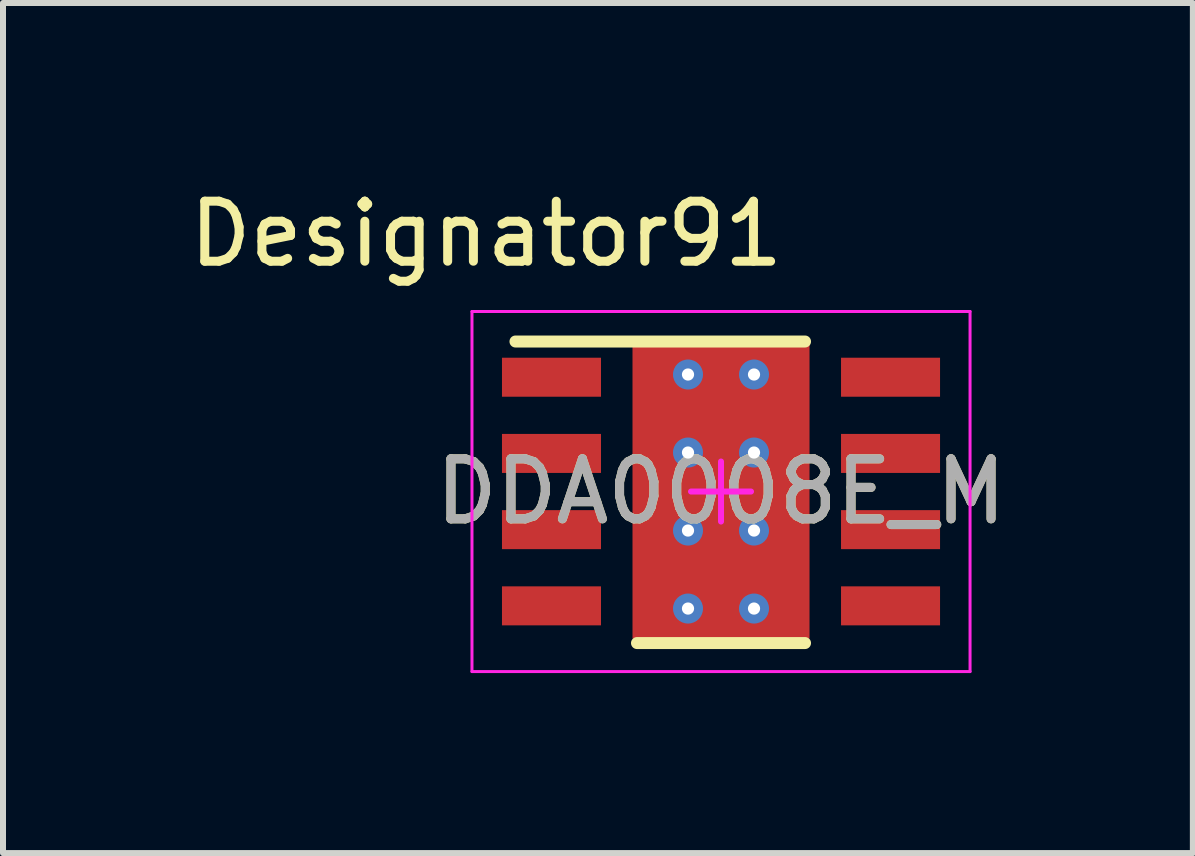
<source format=kicad_pcb>
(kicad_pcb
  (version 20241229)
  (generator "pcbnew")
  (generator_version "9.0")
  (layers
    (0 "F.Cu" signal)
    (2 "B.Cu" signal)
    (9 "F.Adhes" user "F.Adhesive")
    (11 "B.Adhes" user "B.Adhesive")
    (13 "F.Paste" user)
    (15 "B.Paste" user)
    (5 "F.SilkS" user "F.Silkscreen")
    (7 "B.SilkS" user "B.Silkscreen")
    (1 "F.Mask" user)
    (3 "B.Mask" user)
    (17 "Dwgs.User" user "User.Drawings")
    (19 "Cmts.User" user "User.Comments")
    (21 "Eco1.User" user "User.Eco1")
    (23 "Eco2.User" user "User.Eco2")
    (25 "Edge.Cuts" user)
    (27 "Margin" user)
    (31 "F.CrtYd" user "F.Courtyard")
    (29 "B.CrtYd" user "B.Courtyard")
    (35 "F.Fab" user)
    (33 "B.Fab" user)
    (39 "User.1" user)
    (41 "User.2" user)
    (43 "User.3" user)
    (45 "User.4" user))
  (footprint "DDA0008E_M"
    (layer "F.Cu")
    (at 8.965 5.141)
    (property "Reference" "DDA0008E_M" (at 0 0 0) (unlocked yes) (layer "F.SilkS") (effects (font (size 1 1) (thickness 0.15))))
    (attr smd)
    (fp_poly (pts (xy -1.2 1.502) (xy -1.2 -1.502) (xy -1.199 -1.511) (xy -1.196 -1.52) (xy -1.192 -1.529) (xy -1.186 -1.536) (xy -1.179 -1.542) (xy -1.17 -1.546) (xy -1.161 -1.549) (xy -1.152 -1.55) (xy 1.152 -1.55) (xy 1.161 -1.549) (xy 1.17 -1.546) (xy 1.179 -1.542) (xy 1.186 -1.536) (xy 1.192 -1.529) (xy 1.196 -1.52) (xy 1.199 -1.511) (xy 1.2 -1.502) (xy 1.2 1.502) (xy 1.199 1.511) (xy 1.196 1.52) (xy 1.192 1.529) (xy 1.186 1.536) (xy 1.179 1.542) (xy 1.17 1.546) (xy 1.161 1.549) (xy 1.152 1.55) (xy -1.152 1.55) (xy -1.161 1.549) (xy -1.17 1.546) (xy -1.179 1.542) (xy -1.186 1.536) (xy -1.192 1.529) (xy -1.196 1.52) (xy -1.199 1.511)) (stroke (width 0) (type solid)) (fill yes) (layer "F.Mask"))
    (fp_line (start -3.425 -2.5) (end 1.4 -2.5) (stroke (width 0.2) (type solid)) (layer "F.SilkS"))
    (fp_line (start -1.4 2.525) (end 1.4 2.525) (stroke (width 0.2) (type solid)) (layer "F.SilkS"))
    (fp_poly (pts (xy -1.2 1.502) (xy -1.2 -1.502) (xy -1.199 -1.511) (xy -1.196 -1.52) (xy -1.192 -1.529) (xy -1.186 -1.536) (xy -1.179 -1.542) (xy -1.17 -1.546) (xy -1.161 -1.549) (xy -1.152 -1.55) (xy 1.152 -1.55) (xy 1.161 -1.549) (xy 1.17 -1.546) (xy 1.179 -1.542) (xy 1.186 -1.536) (xy 1.192 -1.529) (xy 1.196 -1.52) (xy 1.199 -1.511) (xy 1.2 -1.502) (xy 1.2 1.502) (xy 1.199 1.511) (xy 1.196 1.52) (xy 1.192 1.529) (xy 1.186 1.536) (xy 1.179 1.542) (xy 1.17 1.546) (xy 1.161 1.549) (xy 1.152 1.55) (xy -1.152 1.55) (xy -1.161 1.549) (xy -1.17 1.546) (xy -1.179 1.542) (xy -1.186 1.536) (xy -1.192 1.529) (xy -1.196 1.52) (xy -1.199 1.511)) (stroke (width 0) (type solid)) (fill yes) (layer "F.Paste"))
    (fp_line (start -4.15 -3) (end 4.15 -3) (stroke (width 0.05) (type solid)) (layer "F.CrtYd"))
    (fp_line (start -4.15 3) (end -4.15 -3) (stroke (width 0.05) (type solid)) (layer "F.CrtYd"))
    (fp_line (start -4.15 3) (end 4.15 3) (stroke (width 0.05) (type solid)) (layer "F.CrtYd"))
    (fp_line (start -0.5 0) (end 0.5 0) (stroke (width 0.1) (type solid)) (layer "F.CrtYd"))
    (fp_line (start 0 0.5) (end 0 -0.5) (stroke (width 0.1) (type solid)) (layer "F.CrtYd"))
    (fp_line (start 4.15 3) (end 4.15 -3) (stroke (width 0.05) (type solid)) (layer "F.CrtYd"))
    (fp_text user "Designator91" (at -3.912 -4.293 0) (unlocked yes) (layer "F.SilkS") (effects (font (size 1 1) (thickness 0.15))))
    (fp_text user "${REFERENCE}" (at 0 0 0) (unlocked yes) (layer "F.Fab") (effects (font (size 1 1) (thickness 0.15))))
    (pad "1" smd rect (at -2.825 -1.905 90) (size 0.65 1.65) (layers "F.Cu" "F.Mask" "F.Paste"))
    (pad "2" smd rect (at -2.825 -0.635 90) (size 0.65 1.65) (layers "F.Cu" "F.Mask" "F.Paste"))
    (pad "3" smd rect (at -2.825 0.635 90) (size 0.65 1.65) (layers "F.Cu" "F.Mask" "F.Paste"))
    (pad "4" smd rect (at -2.825 1.905 90) (size 0.65 1.65) (layers "F.Cu" "F.Mask" "F.Paste"))
    (pad "5" smd rect (at 2.825 1.905 90) (size 0.65 1.65) (layers "F.Cu" "F.Mask" "F.Paste"))
    (pad "6" smd rect (at 2.825 0.635 90) (size 0.65 1.65) (layers "F.Cu" "F.Mask" "F.Paste"))
    (pad "7" smd rect (at 2.825 -0.635 90) (size 0.65 1.65) (layers "F.Cu" "F.Mask" "F.Paste"))
    (pad "8" smd rect (at 2.825 -1.905 90) (size 0.65 1.65) (layers "F.Cu" "F.Mask" "F.Paste"))
    (pad "9" smd rect (at 0 0) (size 2.95 4.9) (layers "F.Cu"))
    (pad "V" thru_hole circle (at -0.55 -1.95) (size 0.5 0.5) (drill 0.203) (layers "*.Cu" "*.Mask"))
    (pad "V" thru_hole circle (at -0.55 -0.65) (size 0.5 0.5) (drill 0.203) (layers "*.Cu" "*.Mask"))
    (pad "V" thru_hole circle (at -0.55 0.65) (size 0.5 0.5) (drill 0.203) (layers "*.Cu" "*.Mask"))
    (pad "V" thru_hole circle (at -0.55 1.95) (size 0.5 0.5) (drill 0.203) (layers "*.Cu" "*.Mask"))
    (pad "V" thru_hole circle (at 0.55 -1.95) (size 0.5 0.5) (drill 0.203) (layers "*.Cu" "*.Mask"))
    (pad "V" thru_hole circle (at 0.55 -0.65) (size 0.5 0.5) (drill 0.203) (layers "*.Cu" "*.Mask"))
    (pad "V" thru_hole circle (at 0.55 0.65) (size 0.5 0.5) (drill 0.203) (layers "*.Cu" "*.Mask"))
    (pad "V" thru_hole circle (at 0.55 1.95) (size 0.5 0.5) (drill 0.203) (layers "*.Cu" "*.Mask")))
  (gr_rect
    (start -3 -3)
    (end 16.828 11.166)
    (stroke (width 0.1) (type default))
    (fill no)
    (layer "Edge.Cuts")))
</source>
